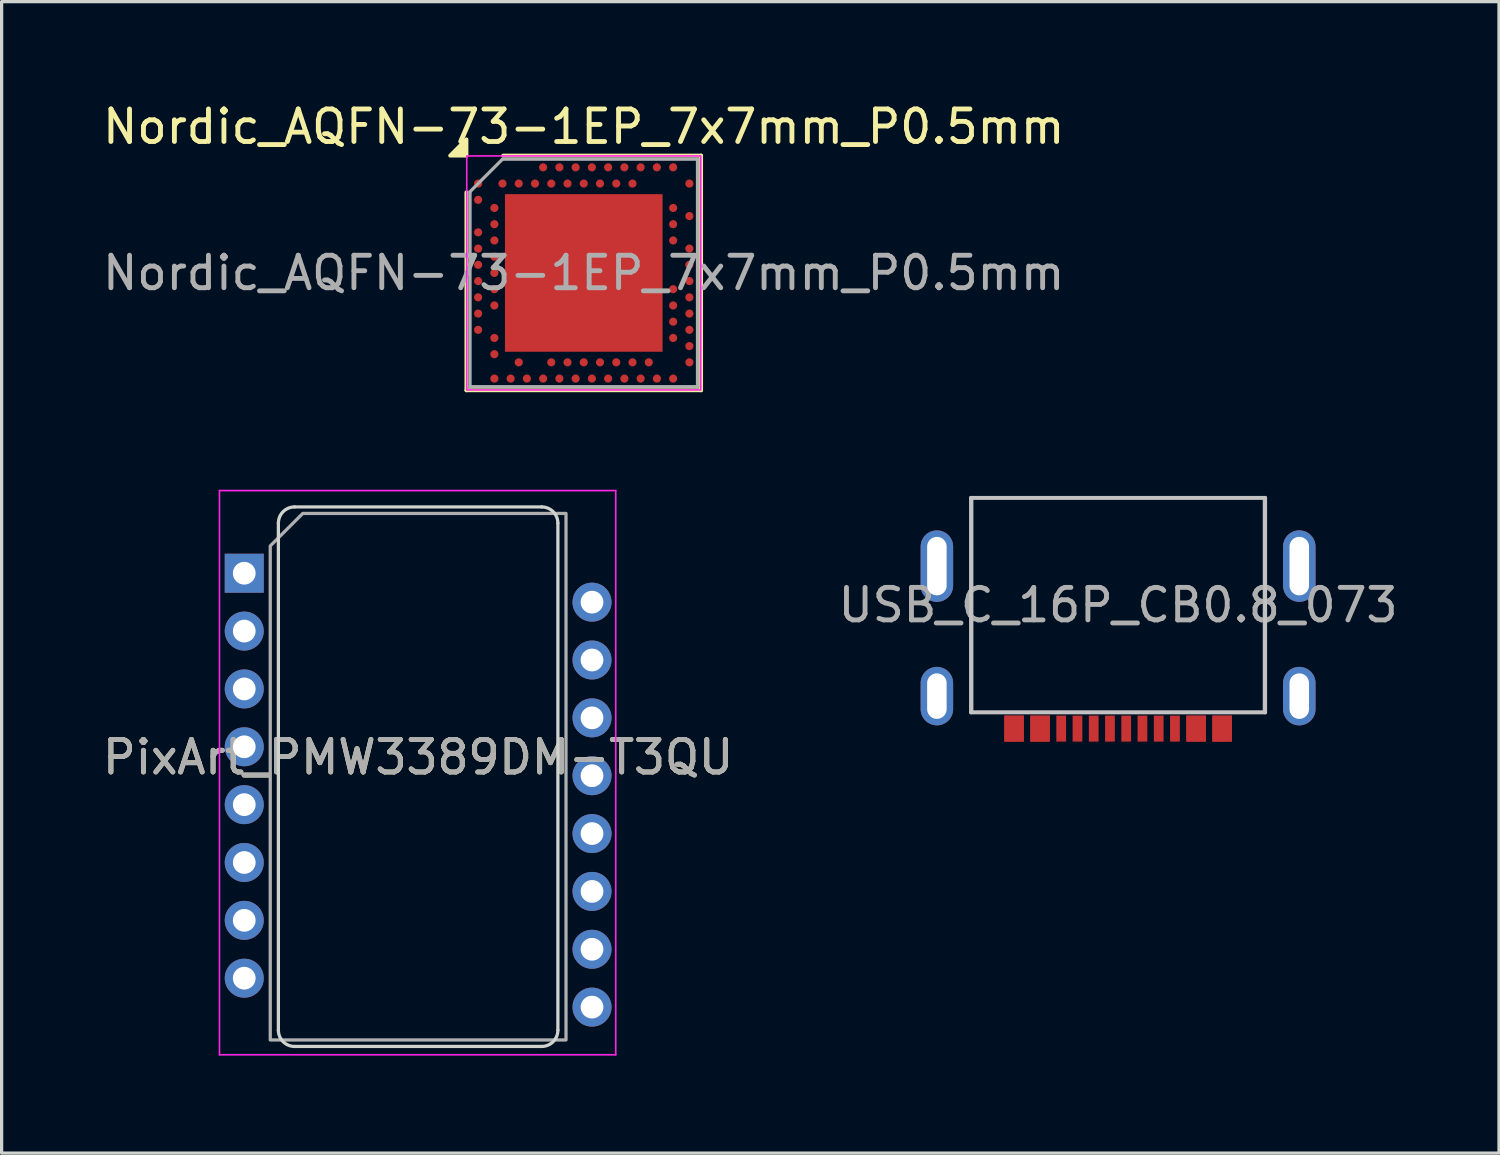
<source format=kicad_pcb>
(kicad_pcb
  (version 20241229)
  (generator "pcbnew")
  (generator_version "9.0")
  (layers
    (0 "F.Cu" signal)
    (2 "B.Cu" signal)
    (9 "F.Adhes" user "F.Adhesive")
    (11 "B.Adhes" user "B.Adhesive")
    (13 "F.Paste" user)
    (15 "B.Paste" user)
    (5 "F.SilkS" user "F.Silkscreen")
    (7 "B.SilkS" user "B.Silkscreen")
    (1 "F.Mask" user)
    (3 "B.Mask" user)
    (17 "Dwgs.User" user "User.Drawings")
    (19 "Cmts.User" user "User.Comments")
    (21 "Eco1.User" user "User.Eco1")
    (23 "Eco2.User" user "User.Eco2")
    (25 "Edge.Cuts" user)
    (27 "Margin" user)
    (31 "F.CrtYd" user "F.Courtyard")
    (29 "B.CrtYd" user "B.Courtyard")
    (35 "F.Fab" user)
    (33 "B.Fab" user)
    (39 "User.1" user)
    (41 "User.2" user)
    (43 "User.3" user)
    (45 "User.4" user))
  (footprint "PixArt_PMW3389DM-T3QU"
    (layer "F.Cu")
    (at 9.815 20.247)
    (property "Reference" "PixArt_PMW3389DM-T3QU" (at 0 0 0) (unlocked yes) (layer "F.SilkS") (effects (font (size 1 1) (thickness 0.15))))
    (attr through_hole)
    (fp_line (start -4.3 8.4) (end -4.3 -7.2) (stroke (width 0.1) (type solid)) (layer "Edge.Cuts"))
    (fp_line (start -3.8 -7.7) (end 3.8 -7.7) (stroke (width 0.1) (type solid)) (layer "Edge.Cuts"))
    (fp_line (start -3.8 8.9) (end 3.8 8.9) (stroke (width 0.1) (type solid)) (layer "Edge.Cuts"))
    (fp_line (start 4.3 -7.2) (end 4.3 8.4) (stroke (width 0.1) (type solid)) (layer "Edge.Cuts"))
    (fp_arc (start -4.3 -7.2) (mid -4.153554 -7.553554) (end -3.8 -7.7) (stroke (width 0.1) (type solid)) (layer "Edge.Cuts"))
    (fp_arc (start -3.8 8.9) (mid -4.153553 8.753553) (end -4.3 8.4) (stroke (width 0.1) (type solid)) (layer "Edge.Cuts"))
    (fp_arc (start 3.8 -7.7) (mid 4.153553 -7.553553) (end 4.3 -7.2) (stroke (width 0.1) (type solid)) (layer "Edge.Cuts"))
    (fp_arc (start 4.3 8.4) (mid 4.153553 8.753553) (end 3.8 8.9) (stroke (width 0.1) (type solid)) (layer "Edge.Cuts"))
    (fp_line (start -6.112 -8.203) (end 6.08 -8.203) (stroke (width 0.05) (type solid)) (layer "F.CrtYd"))
    (fp_line (start -6.112 9.156) (end -6.112 -8.203) (stroke (width 0.05) (type solid)) (layer "F.CrtYd"))
    (fp_line (start 6.08 -8.203) (end 6.08 9.156) (stroke (width 0.05) (type solid)) (layer "F.CrtYd"))
    (fp_line (start 6.08 9.156) (end -6.112 9.156) (stroke (width 0.05) (type solid)) (layer "F.CrtYd"))
    (fp_poly (pts (xy -4.55 -6.5) (xy -3.55 -7.5) (xy 4.55 -7.5) (xy 4.55 8.7) (xy -4.55 8.7)) (stroke (width 0.1) (type solid)) (fill no) (layer "F.Fab"))
    (fp_text user "${REFERENCE}" (at 0 0 0) (layer "F.Fab") (effects (font (size 1 1) (thickness 0.15))))
    (pad "1" thru_hole rect (at -5.35 -5.66) (size 1.2 1.2) (drill 0.7) (layers "*.Cu" "*.Mask"))
    (pad "2" thru_hole circle (at -5.35 -3.88) (size 1.2 1.2) (drill 0.7) (layers "*.Cu" "*.Mask"))
    (pad "3" thru_hole circle (at -5.35 -2.1) (size 1.2 1.2) (drill 0.7) (layers "*.Cu" "*.Mask"))
    (pad "4" thru_hole circle (at -5.35 -0.32) (size 1.2 1.2) (drill 0.7) (layers "*.Cu" "*.Mask"))
    (pad "5" thru_hole circle (at -5.35 1.46) (size 1.2 1.2) (drill 0.7) (layers "*.Cu" "*.Mask"))
    (pad "6" thru_hole circle (at -5.35 3.24) (size 1.2 1.2) (drill 0.7) (layers "*.Cu" "*.Mask"))
    (pad "7" thru_hole circle (at -5.35 5.02) (size 1.2 1.2) (drill 0.7) (layers "*.Cu" "*.Mask"))
    (pad "8" thru_hole circle (at -5.35 6.8) (size 1.2 1.2) (drill 0.7) (layers "*.Cu" "*.Mask"))
    (pad "9" thru_hole circle (at 5.35 7.69) (size 1.2 1.2) (drill 0.7) (layers "*.Cu" "*.Mask"))
    (pad "10" thru_hole circle (at 5.35 5.91) (size 1.2 1.2) (drill 0.7) (layers "*.Cu" "*.Mask"))
    (pad "11" thru_hole circle (at 5.35 4.13) (size 1.2 1.2) (drill 0.7) (layers "*.Cu" "*.Mask"))
    (pad "12" thru_hole circle (at 5.35 2.35) (size 1.2 1.2) (drill 0.7) (layers "*.Cu" "*.Mask"))
    (pad "13" thru_hole circle (at 5.35 0.57) (size 1.2 1.2) (drill 0.7) (layers "*.Cu" "*.Mask"))
    (pad "14" thru_hole circle (at 5.35 -1.21) (size 1.2 1.2) (drill 0.7) (layers "*.Cu" "*.Mask"))
    (pad "15" thru_hole circle (at 5.35 -2.99) (size 1.2 1.2) (drill 0.7) (layers "*.Cu" "*.Mask"))
    (pad "16" thru_hole circle (at 5.35 -4.77) (size 1.2 1.2) (drill 0.7) (layers "*.Cu" "*.Mask")))
  (footprint "USB_C_16P_CB0.8_073"
    (layer "F.Cu")
    (at 31.351 12.268)
    (property "Reference" "USB_C_16P_CB0.8_073" (at 0 3.3 180) (layer "F.Fab") (effects (font (size 1 1) (thickness 0.15))))
    (attr through_hole)
    (fp_line (start -4.525 0) (end -4.525 6.6) (stroke (width 0.12) (type solid)) (layer "Dwgs.User"))
    (fp_line (start -4.525 0) (end 4.525 0) (stroke (width 0.12) (type solid)) (layer "Dwgs.User"))
    (fp_line (start -4.525 6.6) (end 4.525 6.6) (stroke (width 0.12) (type solid)) (layer "Dwgs.User"))
    (fp_line (start 4.525 0) (end 4.525 6.6) (stroke (width 0.12) (type solid)) (layer "Dwgs.User"))
    (fp_rect (start -4.5 0) (end 4.5 6.6) (stroke (width 0.1) (type default)) (fill no) (layer "F.Fab"))
    (pad "A1" smd rect (at 3.2 7.1) (size 0.6 0.8) (layers "F.Cu" "F.Mask" "F.Paste"))
    (pad "A4" smd rect (at 2.4 7.1) (size 0.6 0.8) (layers "F.Cu" "F.Mask" "F.Paste"))
    (pad "A5" smd rect (at 1.25 7.1) (size 0.3 0.8) (layers "F.Cu" "F.Mask" "F.Paste"))
    (pad "A6" smd rect (at 0.25 7.1) (size 0.3 0.8) (layers "F.Cu" "F.Mask" "F.Paste"))
    (pad "A7" smd rect (at -0.25 7.1) (size 0.3 0.8) (layers "F.Cu" "F.Mask" "F.Paste"))
    (pad "A8" smd rect (at -1.25 7.1) (size 0.3 0.8) (layers "F.Cu" "F.Mask" "F.Paste"))
    (pad "A9" smd rect (at -2.4 7.1) (size 0.6 0.8) (layers "F.Cu" "F.Mask" "F.Paste"))
    (pad "A12" smd rect (at -3.2 7.1) (size 0.6 0.8) (layers "F.Cu" "F.Mask" "F.Paste"))
    (pad "B1" smd rect (at -3.2 7.1) (size 0.6 0.8) (layers "F.Cu" "F.Mask" "F.Paste"))
    (pad "B4" smd rect (at -2.4 7.1) (size 0.6 0.8) (layers "F.Cu" "F.Mask" "F.Paste"))
    (pad "B5" smd rect (at -1.75 7.1) (size 0.3 0.8) (layers "F.Cu" "F.Mask" "F.Paste"))
    (pad "B6" smd rect (at -0.75 7.1) (size 0.3 0.8) (layers "F.Cu" "F.Mask" "F.Paste"))
    (pad "B7" smd rect (at 0.75 7.1) (size 0.3 0.8) (layers "F.Cu" "F.Mask" "F.Paste"))
    (pad "B8" smd rect (at 1.75 7.1) (size 0.3 0.8) (layers "F.Cu" "F.Mask" "F.Paste"))
    (pad "B9" smd rect (at 2.4 7.1) (size 0.6 0.8) (layers "F.Cu" "F.Mask" "F.Paste"))
    (pad "B12" smd rect (at 3.2 7.1) (size 0.6 0.8) (layers "F.Cu" "F.Mask" "F.Paste"))
    (pad "S1" thru_hole oval (at -5.575 2.1) (size 1 2.2) (drill oval 0.6 1.8) (layers "*.Cu" "*.Mask"))
    (pad "S1" thru_hole oval (at -5.575 6.1) (size 1 1.8) (drill oval 0.6 1.4) (layers "*.Cu" "*.Mask"))
    (pad "S1" thru_hole oval (at 5.575 2.1) (size 1 2.2) (drill oval 0.6 1.8) (layers "*.Cu" "*.Mask"))
    (pad "S1" thru_hole oval (at 5.575 6.1) (size 1 1.8) (drill oval 0.6 1.4) (layers "*.Cu" "*.Mask")))
  (footprint "Nordic_AQFN-73-1EP_7x7mm_P0.5mm"
    (layer "F.Cu")
    (at 14.911 5.348)
    (property "Reference" "Nordic_AQFN-73-1EP_7x7mm_P0.5mm" (at 0 -4.5 0) (layer "F.SilkS") (effects (font (size 1 1) (thickness 0.15))))
    (attr smd)
    (fp_line (start -3.61 -2.48) (end -3.61 3.61) (stroke (width 0.12) (type solid)) (layer "F.SilkS"))
    (fp_line (start -3.61 3.61) (end 3.61 3.61) (stroke (width 0.12) (type solid)) (layer "F.SilkS"))
    (fp_line (start 3.61 -3.61) (end -2.48 -3.61) (stroke (width 0.12) (type solid)) (layer "F.SilkS"))
    (fp_line (start 3.61 3.61) (end 3.61 -3.61) (stroke (width 0.12) (type solid)) (layer "F.SilkS"))
    (fp_poly (pts (xy -3.61 -3.61) (xy -4.11 -3.61) (xy -3.61 -4.11) (xy -3.61 -3.61)) (stroke (width 0.12) (type solid)) (fill yes) (layer "F.SilkS"))
    (fp_rect (start 3.6 -3.6) (end -3.6 3.6) (stroke (width 0.05) (type default)) (fill no) (layer "F.CrtYd"))
    (fp_line (start -3.5 -2.5) (end -3.5 3.5) (stroke (width 0.1) (type solid)) (layer "F.Fab"))
    (fp_line (start -3.5 -2.5) (end -2.5 -3.5) (stroke (width 0.1) (type default)) (layer "F.Fab"))
    (fp_line (start -3.5 3.5) (end 3.5 3.5) (stroke (width 0.1) (type solid)) (layer "F.Fab"))
    (fp_line (start -2.5 -3.5) (end 3.5 -3.5) (stroke (width 0.1) (type solid)) (layer "F.Fab"))
    (fp_line (start 3.5 -3.5) (end 3.5 3.5) (stroke (width 0.1) (type solid)) (layer "F.Fab"))
    (fp_text user "${REFERENCE}" (at 0 0 0) (layer "F.Fab") (effects (font (size 1 1) (thickness 0.15))))
    (pad "" smd rect (at -1.212 -1.212 180) (size 2 2) (layers "F.Paste"))
    (pad "" smd rect (at -1.212 1.212 180) (size 2 2) (layers "F.Paste"))
    (pad "" smd rect (at 1.212 -1.212 180) (size 2 2) (layers "F.Paste"))
    (pad "" smd rect (at 1.212 1.212 180) (size 2 2) (layers "F.Paste"))
    (pad "A8" smd circle (at -1.25 -3.25 180) (size 0.25 0.25) (property pad_prop_bga) (layers "F.Cu" "F.Mask" "F.Paste"))
    (pad "A10" smd circle (at -0.75 -3.25 180) (size 0.25 0.25) (property pad_prop_bga) (layers "F.Cu" "F.Mask" "F.Paste"))
    (pad "A12" smd circle (at -0.25 -3.25 180) (size 0.25 0.25) (property pad_prop_bga) (layers "F.Cu" "F.Mask" "F.Paste"))
    (pad "A14" smd circle (at 0.25 -3.25 180) (size 0.25 0.25) (property pad_prop_bga) (layers "F.Cu" "F.Mask" "F.Paste"))
    (pad "A16" smd circle (at 0.75 -3.25 180) (size 0.25 0.25) (property pad_prop_bga) (layers "F.Cu" "F.Mask" "F.Paste"))
    (pad "A18" smd circle (at 1.25 -3.25 180) (size 0.25 0.25) (property pad_prop_bga) (layers "F.Cu" "F.Mask" "F.Paste"))
    (pad "A20" smd circle (at 1.75 -3.25 180) (size 0.25 0.25) (property pad_prop_bga) (layers "F.Cu" "F.Mask" "F.Paste"))
    (pad "A22" smd circle (at 2.25 -3.25 180) (size 0.25 0.25) (property pad_prop_bga) (layers "F.Cu" "F.Mask" "F.Paste"))
    (pad "A23" smd circle (at 2.75 -3.25 180) (size 0.25 0.25) (property pad_prop_bga) (layers "F.Cu" "F.Mask" "F.Paste"))
    (pad "AA24" smd circle (at 3.25 2.25 180) (size 0.25 0.25) (property pad_prop_bga) (layers "F.Cu" "F.Mask" "F.Paste"))
    (pad "AB2" smd circle (at -2.75 2.5 180) (size 0.25 0.25) (property pad_prop_bga) (layers "F.Cu" "F.Mask" "F.Paste"))
    (pad "AC5" smd circle (at -2 2.75 180) (size 0.25 0.25) (property pad_prop_bga) (layers "F.Cu" "F.Mask" "F.Paste"))
    (pad "AC9" smd circle (at -1 2.75 180) (size 0.25 0.25) (property pad_prop_bga) (layers "F.Cu" "F.Mask" "F.Paste"))
    (pad "AC11" smd circle (at -0.5 2.75 180) (size 0.25 0.25) (property pad_prop_bga) (layers "F.Cu" "F.Mask" "F.Paste"))
    (pad "AC13" smd circle (at 0 2.75 180) (size 0.25 0.25) (property pad_prop_bga) (layers "F.Cu" "F.Mask" "F.Paste"))
    (pad "AC15" smd circle (at 0.5 2.75 180) (size 0.25 0.25) (property pad_prop_bga) (layers "F.Cu" "F.Mask" "F.Paste"))
    (pad "AC17" smd circle (at 1 2.75 180) (size 0.25 0.25) (property pad_prop_bga) (layers "F.Cu" "F.Mask" "F.Paste"))
    (pad "AC19" smd circle (at 1.5 2.75 180) (size 0.25 0.25) (property pad_prop_bga) (layers "F.Cu" "F.Mask" "F.Paste"))
    (pad "AC21" smd circle (at 2 2.75 180) (size 0.25 0.25) (property pad_prop_bga) (layers "F.Cu" "F.Mask" "F.Paste"))
    (pad "AC24" smd circle (at 3.25 2.75 180) (size 0.25 0.25) (property pad_prop_bga) (layers "F.Cu" "F.Mask" "F.Paste"))
    (pad "AD2" smd circle (at -2.75 3.25 180) (size 0.25 0.25) (property pad_prop_bga) (layers "F.Cu" "F.Mask" "F.Paste"))
    (pad "AD4" smd circle (at -2.25 3.25 180) (size 0.25 0.25) (property pad_prop_bga) (layers "F.Cu" "F.Mask" "F.Paste"))
    (pad "AD6" smd circle (at -1.75 3.25 180) (size 0.25 0.25) (property pad_prop_bga) (layers "F.Cu" "F.Mask" "F.Paste"))
    (pad "AD8" smd circle (at -1.25 3.25 180) (size 0.25 0.25) (property pad_prop_bga) (layers "F.Cu" "F.Mask" "F.Paste"))
    (pad "AD10" smd circle (at -0.75 3.25 180) (size 0.25 0.25) (property pad_prop_bga) (layers "F.Cu" "F.Mask" "F.Paste"))
    (pad "AD12" smd circle (at -0.25 3.25 180) (size 0.25 0.25) (property pad_prop_bga) (layers "F.Cu" "F.Mask" "F.Paste"))
    (pad "AD14" smd circle (at 0.25 3.25 180) (size 0.25 0.25) (property pad_prop_bga) (layers "F.Cu" "F.Mask" "F.Paste"))
    (pad "AD16" smd circle (at 0.75 3.25 180) (size 0.25 0.25) (property pad_prop_bga) (layers "F.Cu" "F.Mask" "F.Paste"))
    (pad "AD18" smd circle (at 1.25 3.25 180) (size 0.25 0.25) (property pad_prop_bga) (layers "F.Cu" "F.Mask" "F.Paste"))
    (pad "AD20" smd circle (at 1.75 3.25 180) (size 0.25 0.25) (property pad_prop_bga) (layers "F.Cu" "F.Mask" "F.Paste"))
    (pad "AD22" smd circle (at 2.25 3.25 180) (size 0.25 0.25) (property pad_prop_bga) (layers "F.Cu" "F.Mask" "F.Paste"))
    (pad "AD23" smd circle (at 2.75 3.25 180) (size 0.25 0.25) (property pad_prop_bga) (layers "F.Cu" "F.Mask" "F.Paste"))
    (pad "B1" smd circle (at -3.25 -2.75 180) (size 0.25 0.25) (property pad_prop_bga) (layers "F.Cu" "F.Mask" "F.Paste"))
    (pad "B3" smd circle (at -2.5 -2.75 180) (size 0.25 0.25) (property pad_prop_bga) (layers "F.Cu" "F.Mask" "F.Paste"))
    (pad "B5" smd circle (at -2 -2.75 180) (size 0.25 0.25) (property pad_prop_bga) (layers "F.Cu" "F.Mask" "F.Paste"))
    (pad "B7" smd circle (at -1.5 -2.75 180) (size 0.25 0.25) (property pad_prop_bga) (layers "F.Cu" "F.Mask" "F.Paste"))
    (pad "B9" smd circle (at -1 -2.75 180) (size 0.25 0.25) (property pad_prop_bga) (layers "F.Cu" "F.Mask" "F.Paste"))
    (pad "B11" smd circle (at -0.5 -2.75 180) (size 0.25 0.25) (property pad_prop_bga) (layers "F.Cu" "F.Mask" "F.Paste"))
    (pad "B13" smd circle (at 0 -2.75 180) (size 0.25 0.25) (property pad_prop_bga) (layers "F.Cu" "F.Mask" "F.Paste"))
    (pad "B15" smd circle (at 0.5 -2.75 180) (size 0.25 0.25) (property pad_prop_bga) (layers "F.Cu" "F.Mask" "F.Paste"))
    (pad "B17" smd circle (at 1 -2.75 180) (size 0.25 0.25) (property pad_prop_bga) (layers "F.Cu" "F.Mask" "F.Paste"))
    (pad "B19" smd circle (at 1.5 -2.75 180) (size 0.25 0.25) (property pad_prop_bga) (layers "F.Cu" "F.Mask" "F.Paste"))
    (pad "B24" smd circle (at 3.25 -2.75 180) (size 0.25 0.25) (property pad_prop_bga) (layers "F.Cu" "F.Mask" "F.Paste"))
    (pad "C1" smd circle (at -3.25 -2.25 180) (size 0.25 0.25) (property pad_prop_bga) (layers "F.Cu" "F.Mask" "F.Paste"))
    (pad "D2" smd circle (at -2.75 -2 180) (size 0.25 0.25) (property pad_prop_bga) (layers "F.Cu" "F.Mask" "F.Paste"))
    (pad "D23" smd circle (at 2.75 -2 180) (size 0.25 0.25) (property pad_prop_bga) (layers "F.Cu" "F.Mask" "F.Paste"))
    (pad "E24" smd circle (at 3.25 -1.75 180) (size 0.25 0.25) (property pad_prop_bga) (layers "F.Cu" "F.Mask" "F.Paste"))
    (pad "EP" smd rect (at 0 0 180) (size 4.85 4.85) (layers "F.Cu" "F.Mask"))
    (pad "F2" smd circle (at -2.75 -1.5 180) (size 0.25 0.25) (property pad_prop_bga) (layers "F.Cu" "F.Mask" "F.Paste"))
    (pad "F23" smd circle (at 2.75 -1.5 180) (size 0.25 0.25) (property pad_prop_bga) (layers "F.Cu" "F.Mask" "F.Paste"))
    (pad "G1" smd circle (at -3.25 -1.25 180) (size 0.25 0.25) (property pad_prop_bga) (layers "F.Cu" "F.Mask" "F.Paste"))
    (pad "H2" smd circle (at -2.75 -1 180) (size 0.25 0.25) (property pad_prop_bga) (layers "F.Cu" "F.Mask" "F.Paste"))
    (pad "H23" smd circle (at 2.75 -1 180) (size 0.25 0.25) (property pad_prop_bga) (layers "F.Cu" "F.Mask" "F.Paste"))
    (pad "J1" smd circle (at -3.25 -0.75 180) (size 0.25 0.25) (property pad_prop_bga) (layers "F.Cu" "F.Mask" "F.Paste"))
    (pad "J24" smd circle (at 3.25 -0.75 180) (size 0.25 0.25) (property pad_prop_bga) (layers "F.Cu" "F.Mask" "F.Paste"))
    (pad "K2" smd circle (at -2.75 -0.5 180) (size 0.25 0.25) (property pad_prop_bga) (layers "F.Cu" "F.Mask" "F.Paste"))
    (pad "L1" smd circle (at -3.25 -0.25 180) (size 0.25 0.25) (property pad_prop_bga) (layers "F.Cu" "F.Mask" "F.Paste"))
    (pad "L24" smd circle (at 3.25 -0.25 180) (size 0.25 0.25) (property pad_prop_bga) (layers "F.Cu" "F.Mask" "F.Paste"))
    (pad "M2" smd circle (at -2.75 0 180) (size 0.25 0.25) (property pad_prop_bga) (layers "F.Cu" "F.Mask" "F.Paste"))
    (pad "N1" smd circle (at -3.25 0.25 180) (size 0.25 0.25) (property pad_prop_bga) (layers "F.Cu" "F.Mask" "F.Paste"))
    (pad "N24" smd circle (at 3.25 0.25 180) (size 0.25 0.25) (property pad_prop_bga) (layers "F.Cu" "F.Mask" "F.Paste"))
    (pad "P2" smd circle (at -2.75 0.5 180) (size 0.25 0.25) (property pad_prop_bga) (layers "F.Cu" "F.Mask" "F.Paste"))
    (pad "P23" smd circle (at 2.75 0.5 180) (size 0.25 0.25) (property pad_prop_bga) (layers "F.Cu" "F.Mask" "F.Paste"))
    (pad "R1" smd circle (at -3.25 0.75 180) (size 0.25 0.25) (property pad_prop_bga) (layers "F.Cu" "F.Mask" "F.Paste"))
    (pad "R24" smd circle (at 3.25 0.75 180) (size 0.25 0.25) (property pad_prop_bga) (layers "F.Cu" "F.Mask" "F.Paste"))
    (pad "T2" smd circle (at -2.75 1 180) (size 0.25 0.25) (property pad_prop_bga) (layers "F.Cu" "F.Mask" "F.Paste"))
    (pad "T23" smd circle (at 2.75 1 180) (size 0.25 0.25) (property pad_prop_bga) (layers "F.Cu" "F.Mask" "F.Paste"))
    (pad "U1" smd circle (at -3.25 1.25 180) (size 0.25 0.25) (property pad_prop_bga) (layers "F.Cu" "F.Mask" "F.Paste"))
    (pad "U24" smd circle (at 3.25 1.25 180) (size 0.25 0.25) (property pad_prop_bga) (layers "F.Cu" "F.Mask" "F.Paste"))
    (pad "V23" smd circle (at 2.75 1.5 180) (size 0.25 0.25) (property pad_prop_bga) (layers "F.Cu" "F.Mask" "F.Paste"))
    (pad "W1" smd circle (at -3.25 1.75 180) (size 0.25 0.25) (property pad_prop_bga) (layers "F.Cu" "F.Mask" "F.Paste"))
    (pad "W24" smd circle (at 3.25 1.75 180) (size 0.25 0.25) (property pad_prop_bga) (layers "F.Cu" "F.Mask" "F.Paste"))
    (pad "Y2" smd circle (at -2.75 2 180) (size 0.25 0.25) (property pad_prop_bga) (layers "F.Cu" "F.Mask" "F.Paste"))
    (pad "Y23" smd circle (at 2.75 2 180) (size 0.25 0.25) (property pad_prop_bga) (layers "F.Cu" "F.Mask" "F.Paste")))
  (gr_rect
    (start -3 -3)
    (end 43.071 32.428)
    (stroke (width 0.1) (type default))
    (fill no)
    (layer "Edge.Cuts")))
</source>
